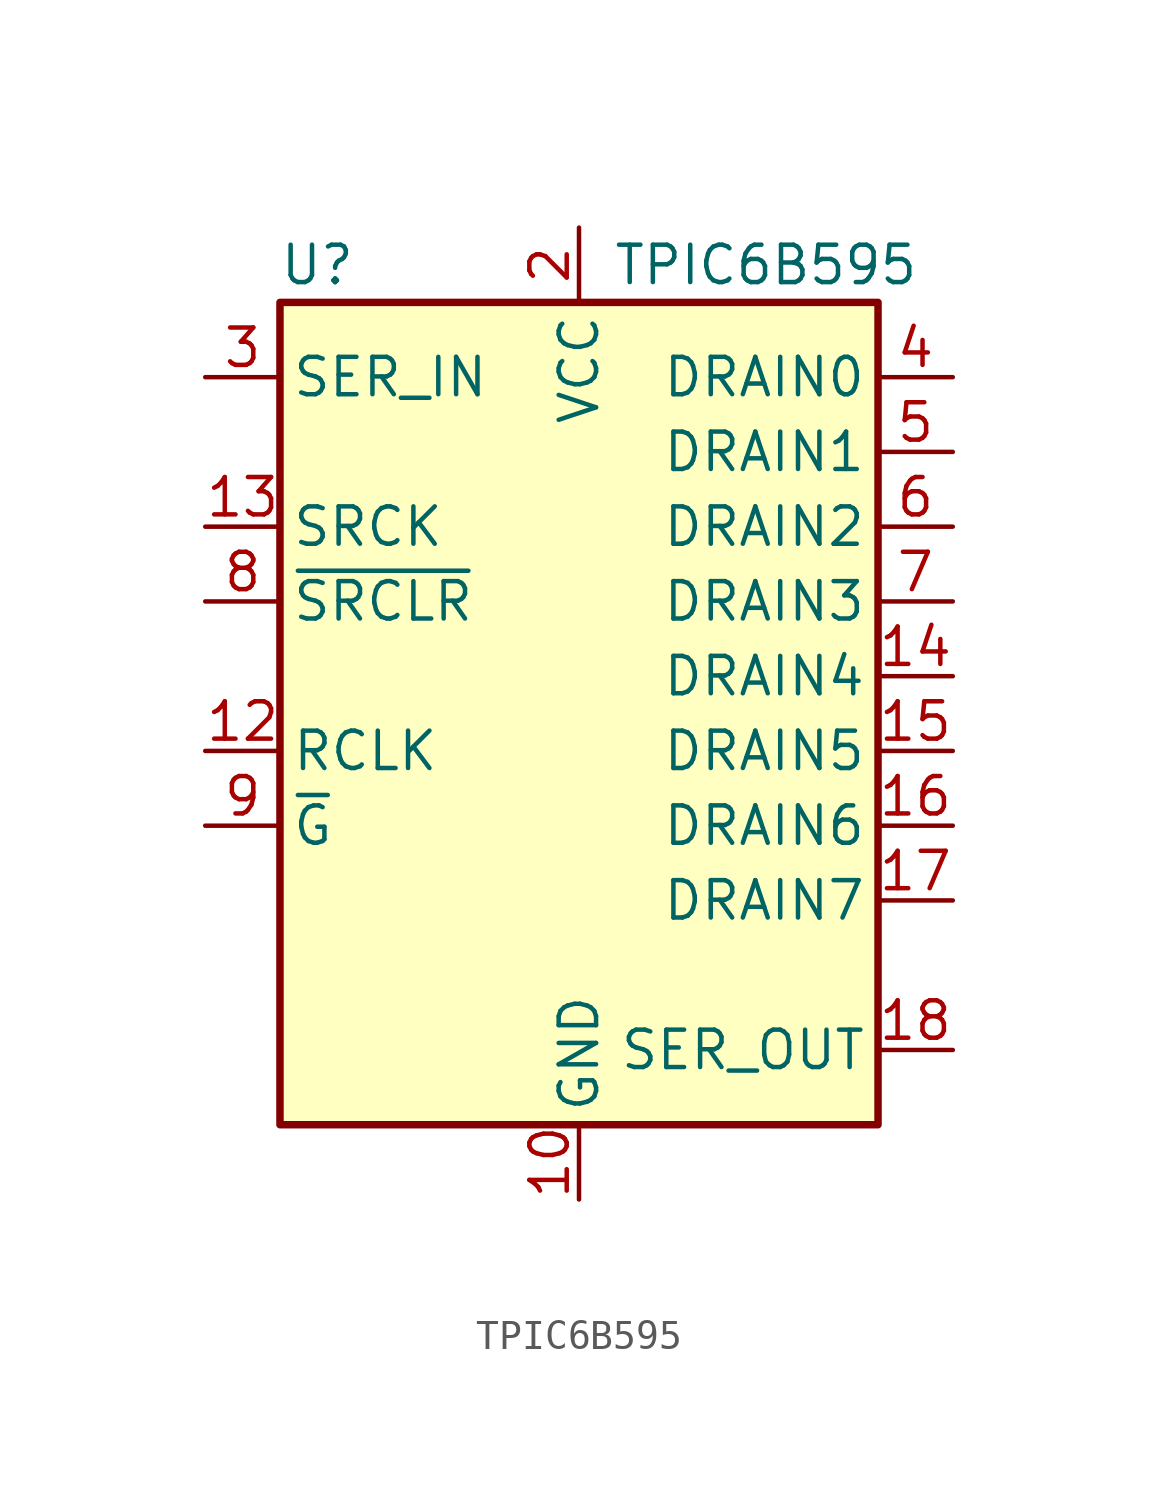
<source format=kicad_sym>
(kicad_symbol_lib
  (version 20211014)
  (generator kicad_symbol_editor)
  (symbol "TPIC6B595"
    (pin_names
      (offset 0.381))
    (property "Reference" "U"
      (at -8.89 13.97 0)
      (effects (font (size 1.27 1.27))))
    (property "Value" "TPIC6B595"
      (at 6.35 13.97 0)
      (effects (font (size 1.27 1.27))))
    (symbol "TPIC6B595_0_1"
      (rectangle (start -10.16 12.7) (end 10.16 -15.24) (stroke (width 0.254) (type default) (color 0 0 0 0)) (fill (type background))))
    (symbol "TPIC6B595_1_1"
      (pin passive line (at 0 -17.78 90) (length 2.54) hide (name "NC" (effects (font (size 1.27 1.27)))) (number "1" (effects (font (size 1.27 1.27)))))
      (pin power_in line (at 0 -17.78 90) (length 2.54) (name "GND" (effects (font (size 1.27 1.27)))) (number "10" (effects (font (size 1.27 1.27)))))
      (pin passive line (at 0 -17.78 90) (length 2.54) hide (name "GND" (effects (font (size 1.27 1.27)))) (number "11" (effects (font (size 1.27 1.27)))))
      (pin input line (at -12.7 -2.54 0) (length 2.54) (name "RCLK" (effects (font (size 1.27 1.27)))) (number "12" (effects (font (size 1.27 1.27)))))
      (pin input line (at -12.7 5.08 0) (length 2.54) (name "SRCK" (effects (font (size 1.27 1.27)))) (number "13" (effects (font (size 1.27 1.27)))))
      (pin open_collector line (at 12.7 0 180) (length 2.54) (name "DRAIN4" (effects (font (size 1.27 1.27)))) (number "14" (effects (font (size 1.27 1.27)))))
      (pin open_collector line (at 12.7 -2.54 180) (length 2.54) (name "DRAIN5" (effects (font (size 1.27 1.27)))) (number "15" (effects (font (size 1.27 1.27)))))
      (pin open_collector line (at 12.7 -5.08 180) (length 2.54) (name "DRAIN6" (effects (font (size 1.27 1.27)))) (number "16" (effects (font (size 1.27 1.27)))))
      (pin open_collector line (at 12.7 -7.62 180) (length 2.54) (name "DRAIN7" (effects (font (size 1.27 1.27)))) (number "17" (effects (font (size 1.27 1.27)))))
      (pin output line (at 12.7 -12.7 180) (length 2.54) (name "SER_OUT" (effects (font (size 1.27 1.27)))) (number "18" (effects (font (size 1.27 1.27)))))
      (pin passive line (at 0 -17.78 90) (length 2.54) hide (name "GND" (effects (font (size 1.27 1.27)))) (number "19" (effects (font (size 1.27 1.27)))))
      (pin power_in line (at 0 15.24 270) (length 2.54) (name "VCC" (effects (font (size 1.27 1.27)))) (number "2" (effects (font (size 1.27 1.27)))))
      (pin passive line (at 0 -17.78 90) (length 2.54) hide (name "NC" (effects (font (size 1.27 1.27)))) (number "20" (effects (font (size 1.27 1.27)))))
      (pin input line (at -12.7 10.16 0) (length 2.54) (name "SER_IN" (effects (font (size 1.27 1.27)))) (number "3" (effects (font (size 1.27 1.27)))))
      (pin open_collector line (at 12.7 10.16 180) (length 2.54) (name "DRAIN0" (effects (font (size 1.27 1.27)))) (number "4" (effects (font (size 1.27 1.27)))))
      (pin open_collector line (at 12.7 7.62 180) (length 2.54) (name "DRAIN1" (effects (font (size 1.27 1.27)))) (number "5" (effects (font (size 1.27 1.27)))))
      (pin open_collector line (at 12.7 5.08 180) (length 2.54) (name "DRAIN2" (effects (font (size 1.27 1.27)))) (number "6" (effects (font (size 1.27 1.27)))))
      (pin open_collector line (at 12.7 2.54 180) (length 2.54) (name "DRAIN3" (effects (font (size 1.27 1.27)))) (number "7" (effects (font (size 1.27 1.27)))))
      (pin input line (at -12.7 2.54 0) (length 2.54) (name "~{SRCLR}" (effects (font (size 1.27 1.27)))) (number "8" (effects (font (size 1.27 1.27)))))
      (pin input line (at -12.7 -5.08 0) (length 2.54) (name "~{G}" (effects (font (size 1.27 1.27)))) (number "9" (effects (font (size 1.27 1.27))))))))
</source>
